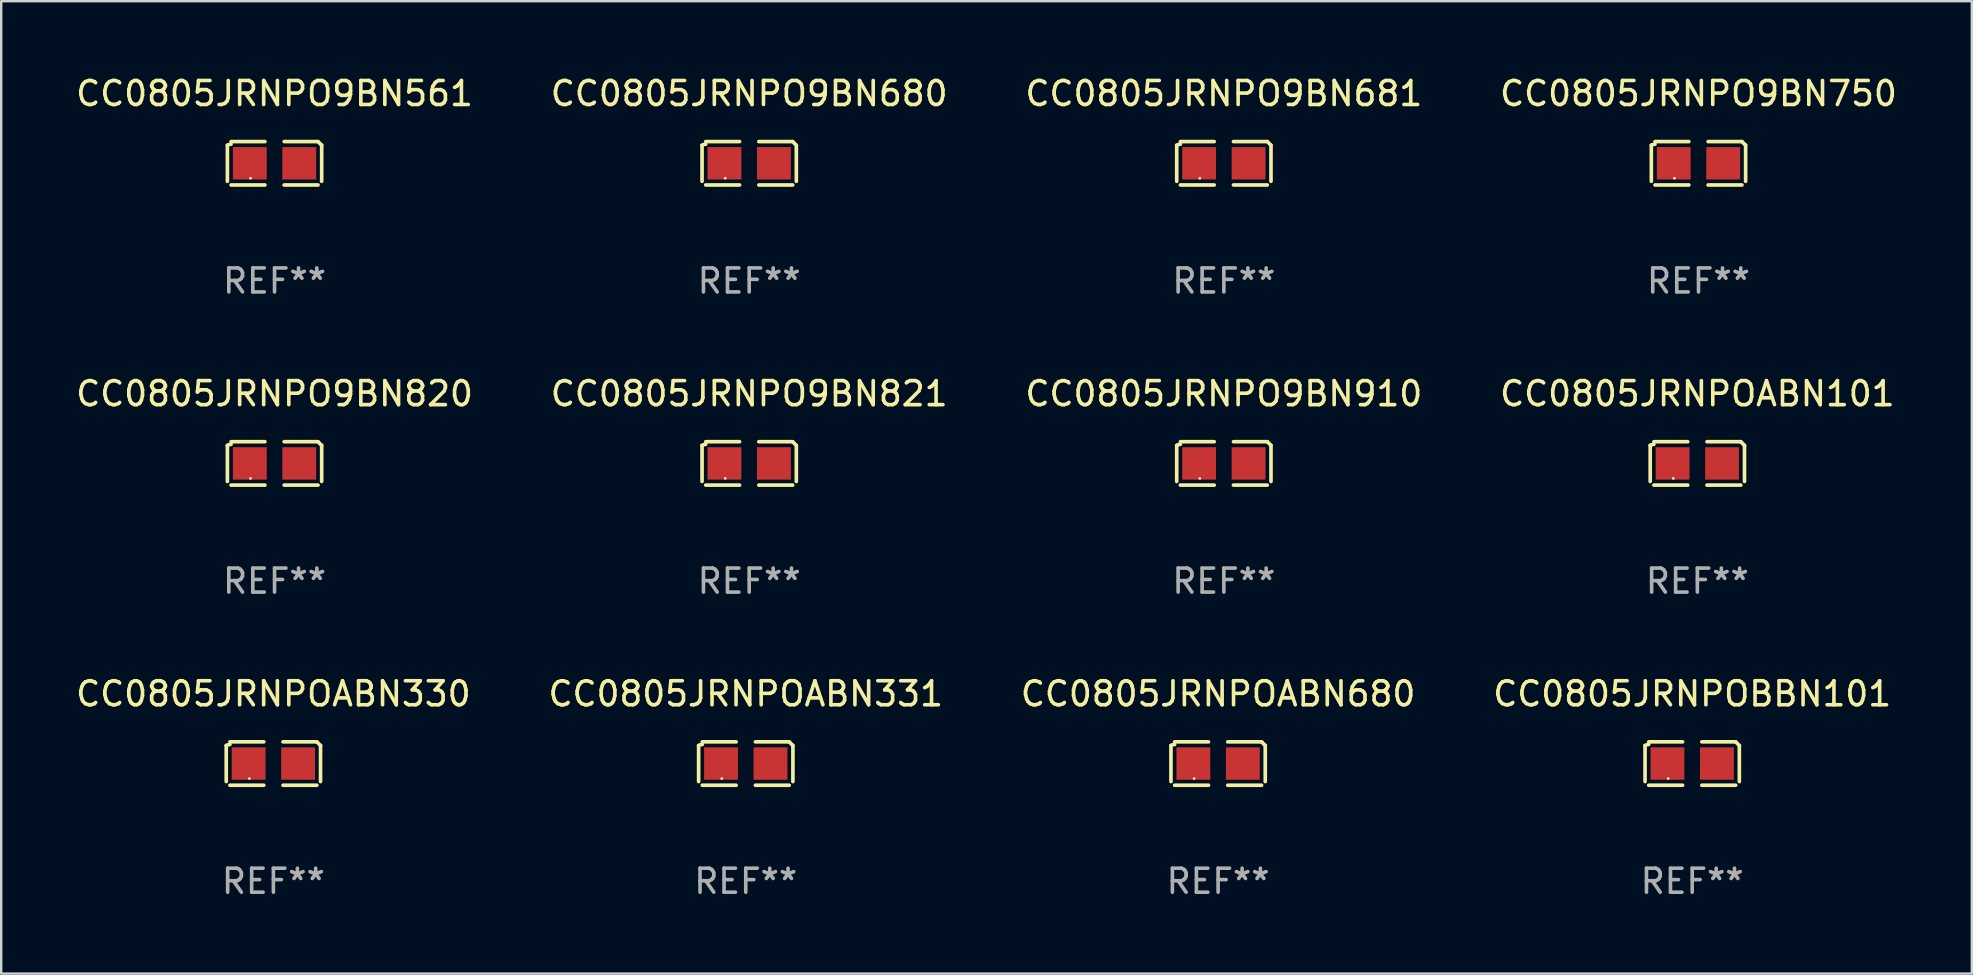
<source format=kicad_pcb>
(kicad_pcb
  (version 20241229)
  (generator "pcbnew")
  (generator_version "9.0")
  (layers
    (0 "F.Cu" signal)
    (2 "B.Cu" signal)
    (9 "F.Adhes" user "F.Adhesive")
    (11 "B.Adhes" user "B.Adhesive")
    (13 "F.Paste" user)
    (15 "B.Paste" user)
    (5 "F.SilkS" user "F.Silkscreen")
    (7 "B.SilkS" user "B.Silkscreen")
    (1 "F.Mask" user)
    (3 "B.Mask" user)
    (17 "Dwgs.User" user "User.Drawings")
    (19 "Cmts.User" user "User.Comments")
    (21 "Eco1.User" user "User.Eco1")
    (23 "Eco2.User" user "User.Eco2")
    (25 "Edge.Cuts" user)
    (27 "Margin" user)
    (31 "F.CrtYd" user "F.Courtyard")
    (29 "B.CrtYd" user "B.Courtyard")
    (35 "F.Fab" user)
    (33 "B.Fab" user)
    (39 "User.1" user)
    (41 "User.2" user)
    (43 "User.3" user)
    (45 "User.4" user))
  (footprint "CC0805JRNPO9BN680"
    (layer "F.Cu")
    (at 28.161 3.752)
    (property "Reference" "CC0805JRNPO9BN680" (at 0 -2.904 0) (layer "F.SilkS") (effects (font (size 1 1) (thickness 0.15))))
    (attr through_hole)
    (fp_line (start -1.964 0.751) (end -1.964 -0.751) (stroke (width 0.152) (type solid)) (layer "F.SilkS"))
    (fp_line (start -1.811 -0.904) (end -0.401 -0.904) (stroke (width 0.152) (type solid)) (layer "F.SilkS"))
    (fp_line (start -0.401 0.904) (end -1.811 0.904) (stroke (width 0.152) (type solid)) (layer "F.SilkS"))
    (fp_line (start 0.401 0.904) (end 1.811 0.904) (stroke (width 0.152) (type solid)) (layer "F.SilkS"))
    (fp_line (start 1.811 -0.904) (end 0.401 -0.904) (stroke (width 0.152) (type solid)) (layer "F.SilkS"))
    (fp_line (start 1.964 0.751) (end 1.964 -0.751) (stroke (width 0.152) (type solid)) (layer "F.SilkS"))
    (fp_arc (start -1.963602 -0.751207) (mid -1.890354 -0.783131) (end -1.811201 -0.794044) (stroke (width 0.1524) (type solid)) (layer "F.SilkS"))
    (fp_arc (start 1.811202 -0.903607) (mid 1.887413 -0.827418) (end 1.963602 -0.751207) (stroke (width 0.1524) (type solid)) (layer "F.SilkS"))
    (fp_circle (center -1 0.625) (end -0.97 0.625) (stroke (width 0.06) (type solid)) (fill no) (layer "F.SilkS"))
    (fp_text user "REF**" (at 0 4.904 0) (layer "F.Fab") (effects (font (size 1 1) (thickness 0.15))))
    (pad "1" smd rect (at -1.03 0) (size 1.41 1.35) (layers "F.Cu" "F.Mask" "F.Paste"))
    (pad "2" smd rect (at 1.03 0) (size 1.41 1.35) (layers "F.Cu" "F.Mask" "F.Paste")))
  (footprint "CC0805JRNPOABN680"
    (layer "F.Cu")
    (at 47.696 28.759)
    (property "Reference" "CC0805JRNPOABN680" (at 0 -2.904 0) (layer "F.SilkS") (effects (font (size 1 1) (thickness 0.15))))
    (attr through_hole)
    (fp_line (start -1.964 0.751) (end -1.964 -0.751) (stroke (width 0.152) (type solid)) (layer "F.SilkS"))
    (fp_line (start -1.811 -0.904) (end -0.401 -0.904) (stroke (width 0.152) (type solid)) (layer "F.SilkS"))
    (fp_line (start -0.401 0.904) (end -1.811 0.904) (stroke (width 0.152) (type solid)) (layer "F.SilkS"))
    (fp_line (start 0.401 0.904) (end 1.811 0.904) (stroke (width 0.152) (type solid)) (layer "F.SilkS"))
    (fp_line (start 1.811 -0.904) (end 0.401 -0.904) (stroke (width 0.152) (type solid)) (layer "F.SilkS"))
    (fp_line (start 1.964 0.751) (end 1.964 -0.751) (stroke (width 0.152) (type solid)) (layer "F.SilkS"))
    (fp_arc (start -1.963602 -0.751207) (mid -1.890354 -0.783131) (end -1.811201 -0.794044) (stroke (width 0.1524) (type solid)) (layer "F.SilkS"))
    (fp_arc (start 1.811202 -0.903607) (mid 1.887413 -0.827418) (end 1.963602 -0.751207) (stroke (width 0.1524) (type solid)) (layer "F.SilkS"))
    (fp_circle (center -1 0.625) (end -0.97 0.625) (stroke (width 0.06) (type solid)) (fill no) (layer "F.SilkS"))
    (fp_text user "REF**" (at 0 4.904 0) (layer "F.Fab") (effects (font (size 1 1) (thickness 0.15))))
    (pad "1" smd rect (at -1.03 0) (size 1.41 1.35) (layers "F.Cu" "F.Mask" "F.Paste"))
    (pad "2" smd rect (at 1.03 0) (size 1.41 1.35) (layers "F.Cu" "F.Mask" "F.Paste")))
  (footprint "CC0805JRNPOABN101"
    (layer "F.Cu")
    (at 67.661 16.256)
    (property "Reference" "CC0805JRNPOABN101" (at 0 -2.904 0) (layer "F.SilkS") (effects (font (size 1 1) (thickness 0.15))))
    (attr through_hole)
    (fp_line (start -1.964 0.751) (end -1.964 -0.751) (stroke (width 0.152) (type solid)) (layer "F.SilkS"))
    (fp_line (start -1.811 -0.904) (end -0.401 -0.904) (stroke (width 0.152) (type solid)) (layer "F.SilkS"))
    (fp_line (start -0.401 0.904) (end -1.811 0.904) (stroke (width 0.152) (type solid)) (layer "F.SilkS"))
    (fp_line (start 0.401 0.904) (end 1.811 0.904) (stroke (width 0.152) (type solid)) (layer "F.SilkS"))
    (fp_line (start 1.811 -0.904) (end 0.401 -0.904) (stroke (width 0.152) (type solid)) (layer "F.SilkS"))
    (fp_line (start 1.964 0.751) (end 1.964 -0.751) (stroke (width 0.152) (type solid)) (layer "F.SilkS"))
    (fp_arc (start -1.963602 -0.751207) (mid -1.890354 -0.783131) (end -1.811201 -0.794044) (stroke (width 0.1524) (type solid)) (layer "F.SilkS"))
    (fp_arc (start 1.811202 -0.903607) (mid 1.887413 -0.827418) (end 1.963602 -0.751207) (stroke (width 0.1524) (type solid)) (layer "F.SilkS"))
    (fp_circle (center -1 0.625) (end -0.97 0.625) (stroke (width 0.06) (type solid)) (fill no) (layer "F.SilkS"))
    (fp_text user "REF**" (at 0 4.904 0) (layer "F.Fab") (effects (font (size 1 1) (thickness 0.15))))
    (pad "1" smd rect (at -1.03 0) (size 1.41 1.35) (layers "F.Cu" "F.Mask" "F.Paste"))
    (pad "2" smd rect (at 1.03 0) (size 1.41 1.35) (layers "F.Cu" "F.Mask" "F.Paste")))
  (footprint "CC0805JRNPO9BN750"
    (layer "F.Cu")
    (at 67.708 3.752)
    (property "Reference" "CC0805JRNPO9BN750" (at 0 -2.904 0) (layer "F.SilkS") (effects (font (size 1 1) (thickness 0.15))))
    (attr through_hole)
    (fp_line (start -1.964 0.751) (end -1.964 -0.751) (stroke (width 0.152) (type solid)) (layer "F.SilkS"))
    (fp_line (start -1.811 -0.904) (end -0.401 -0.904) (stroke (width 0.152) (type solid)) (layer "F.SilkS"))
    (fp_line (start -0.401 0.904) (end -1.811 0.904) (stroke (width 0.152) (type solid)) (layer "F.SilkS"))
    (fp_line (start 0.401 0.904) (end 1.811 0.904) (stroke (width 0.152) (type solid)) (layer "F.SilkS"))
    (fp_line (start 1.811 -0.904) (end 0.401 -0.904) (stroke (width 0.152) (type solid)) (layer "F.SilkS"))
    (fp_line (start 1.964 0.751) (end 1.964 -0.751) (stroke (width 0.152) (type solid)) (layer "F.SilkS"))
    (fp_arc (start -1.963602 -0.751207) (mid -1.890354 -0.783131) (end -1.811201 -0.794044) (stroke (width 0.1524) (type solid)) (layer "F.SilkS"))
    (fp_arc (start 1.811202 -0.903607) (mid 1.887413 -0.827418) (end 1.963602 -0.751207) (stroke (width 0.1524) (type solid)) (layer "F.SilkS"))
    (fp_circle (center -1 0.625) (end -0.97 0.625) (stroke (width 0.06) (type solid)) (fill no) (layer "F.SilkS"))
    (fp_text user "REF**" (at 0 4.904 0) (layer "F.Fab") (effects (font (size 1 1) (thickness 0.15))))
    (pad "1" smd rect (at -1.03 0) (size 1.41 1.35) (layers "F.Cu" "F.Mask" "F.Paste"))
    (pad "2" smd rect (at 1.03 0) (size 1.41 1.35) (layers "F.Cu" "F.Mask" "F.Paste")))
  (footprint "CC0805JRNPO9BN820"
    (layer "F.Cu")
    (at 8.387 16.256)
    (property "Reference" "CC0805JRNPO9BN820" (at 0 -2.904 0) (layer "F.SilkS") (effects (font (size 1 1) (thickness 0.15))))
    (attr through_hole)
    (fp_line (start -1.964 0.751) (end -1.964 -0.751) (stroke (width 0.152) (type solid)) (layer "F.SilkS"))
    (fp_line (start -1.811 -0.904) (end -0.401 -0.904) (stroke (width 0.152) (type solid)) (layer "F.SilkS"))
    (fp_line (start -0.401 0.904) (end -1.811 0.904) (stroke (width 0.152) (type solid)) (layer "F.SilkS"))
    (fp_line (start 0.401 0.904) (end 1.811 0.904) (stroke (width 0.152) (type solid)) (layer "F.SilkS"))
    (fp_line (start 1.811 -0.904) (end 0.401 -0.904) (stroke (width 0.152) (type solid)) (layer "F.SilkS"))
    (fp_line (start 1.964 0.751) (end 1.964 -0.751) (stroke (width 0.152) (type solid)) (layer "F.SilkS"))
    (fp_arc (start -1.963602 -0.751207) (mid -1.890354 -0.783131) (end -1.811201 -0.794044) (stroke (width 0.1524) (type solid)) (layer "F.SilkS"))
    (fp_arc (start 1.811202 -0.903607) (mid 1.887413 -0.827418) (end 1.963602 -0.751207) (stroke (width 0.1524) (type solid)) (layer "F.SilkS"))
    (fp_circle (center -1 0.625) (end -0.97 0.625) (stroke (width 0.06) (type solid)) (fill no) (layer "F.SilkS"))
    (fp_text user "REF**" (at 0 4.904 0) (layer "F.Fab") (effects (font (size 1 1) (thickness 0.15))))
    (pad "1" smd rect (at -1.03 0) (size 1.41 1.35) (layers "F.Cu" "F.Mask" "F.Paste"))
    (pad "2" smd rect (at 1.03 0) (size 1.41 1.35) (layers "F.Cu" "F.Mask" "F.Paste")))
  (footprint "CC0805JRNPO9BN681"
    (layer "F.Cu")
    (at 47.935 3.752)
    (property "Reference" "CC0805JRNPO9BN681" (at 0 -2.904 0) (layer "F.SilkS") (effects (font (size 1 1) (thickness 0.15))))
    (attr through_hole)
    (fp_line (start -1.964 0.751) (end -1.964 -0.751) (stroke (width 0.152) (type solid)) (layer "F.SilkS"))
    (fp_line (start -1.811 -0.904) (end -0.401 -0.904) (stroke (width 0.152) (type solid)) (layer "F.SilkS"))
    (fp_line (start -0.401 0.904) (end -1.811 0.904) (stroke (width 0.152) (type solid)) (layer "F.SilkS"))
    (fp_line (start 0.401 0.904) (end 1.811 0.904) (stroke (width 0.152) (type solid)) (layer "F.SilkS"))
    (fp_line (start 1.811 -0.904) (end 0.401 -0.904) (stroke (width 0.152) (type solid)) (layer "F.SilkS"))
    (fp_line (start 1.964 0.751) (end 1.964 -0.751) (stroke (width 0.152) (type solid)) (layer "F.SilkS"))
    (fp_arc (start -1.963602 -0.751207) (mid -1.890354 -0.783131) (end -1.811201 -0.794044) (stroke (width 0.1524) (type solid)) (layer "F.SilkS"))
    (fp_arc (start 1.811202 -0.903607) (mid 1.887413 -0.827418) (end 1.963602 -0.751207) (stroke (width 0.1524) (type solid)) (layer "F.SilkS"))
    (fp_circle (center -1 0.625) (end -0.97 0.625) (stroke (width 0.06) (type solid)) (fill no) (layer "F.SilkS"))
    (fp_text user "REF**" (at 0 4.904 0) (layer "F.Fab") (effects (font (size 1 1) (thickness 0.15))))
    (pad "1" smd rect (at -1.03 0) (size 1.41 1.35) (layers "F.Cu" "F.Mask" "F.Paste"))
    (pad "2" smd rect (at 1.03 0) (size 1.41 1.35) (layers "F.Cu" "F.Mask" "F.Paste")))
  (footprint "CC0805JRNPOABN330"
    (layer "F.Cu")
    (at 8.339 28.759)
    (property "Reference" "CC0805JRNPOABN330" (at 0 -2.904 0) (layer "F.SilkS") (effects (font (size 1 1) (thickness 0.15))))
    (attr through_hole)
    (fp_line (start -1.964 0.751) (end -1.964 -0.751) (stroke (width 0.152) (type solid)) (layer "F.SilkS"))
    (fp_line (start -1.811 -0.904) (end -0.401 -0.904) (stroke (width 0.152) (type solid)) (layer "F.SilkS"))
    (fp_line (start -0.401 0.904) (end -1.811 0.904) (stroke (width 0.152) (type solid)) (layer "F.SilkS"))
    (fp_line (start 0.401 0.904) (end 1.811 0.904) (stroke (width 0.152) (type solid)) (layer "F.SilkS"))
    (fp_line (start 1.811 -0.904) (end 0.401 -0.904) (stroke (width 0.152) (type solid)) (layer "F.SilkS"))
    (fp_line (start 1.964 0.751) (end 1.964 -0.751) (stroke (width 0.152) (type solid)) (layer "F.SilkS"))
    (fp_arc (start -1.963602 -0.751207) (mid -1.890354 -0.783131) (end -1.811201 -0.794044) (stroke (width 0.1524) (type solid)) (layer "F.SilkS"))
    (fp_arc (start 1.811202 -0.903607) (mid 1.887413 -0.827418) (end 1.963602 -0.751207) (stroke (width 0.1524) (type solid)) (layer "F.SilkS"))
    (fp_circle (center -1 0.625) (end -0.97 0.625) (stroke (width 0.06) (type solid)) (fill no) (layer "F.SilkS"))
    (fp_text user "REF**" (at 0 4.904 0) (layer "F.Fab") (effects (font (size 1 1) (thickness 0.15))))
    (pad "1" smd rect (at -1.03 0) (size 1.41 1.35) (layers "F.Cu" "F.Mask" "F.Paste"))
    (pad "2" smd rect (at 1.03 0) (size 1.41 1.35) (layers "F.Cu" "F.Mask" "F.Paste")))
  (footprint "CC0805JRNPO9BN910"
    (layer "F.Cu")
    (at 47.935 16.256)
    (property "Reference" "CC0805JRNPO9BN910" (at 0 -2.904 0) (layer "F.SilkS") (effects (font (size 1 1) (thickness 0.15))))
    (attr through_hole)
    (fp_line (start -1.964 0.751) (end -1.964 -0.751) (stroke (width 0.152) (type solid)) (layer "F.SilkS"))
    (fp_line (start -1.811 -0.904) (end -0.401 -0.904) (stroke (width 0.152) (type solid)) (layer "F.SilkS"))
    (fp_line (start -0.401 0.904) (end -1.811 0.904) (stroke (width 0.152) (type solid)) (layer "F.SilkS"))
    (fp_line (start 0.401 0.904) (end 1.811 0.904) (stroke (width 0.152) (type solid)) (layer "F.SilkS"))
    (fp_line (start 1.811 -0.904) (end 0.401 -0.904) (stroke (width 0.152) (type solid)) (layer "F.SilkS"))
    (fp_line (start 1.964 0.751) (end 1.964 -0.751) (stroke (width 0.152) (type solid)) (layer "F.SilkS"))
    (fp_arc (start -1.963602 -0.751207) (mid -1.890354 -0.783131) (end -1.811201 -0.794044) (stroke (width 0.1524) (type solid)) (layer "F.SilkS"))
    (fp_arc (start 1.811202 -0.903607) (mid 1.887413 -0.827418) (end 1.963602 -0.751207) (stroke (width 0.1524) (type solid)) (layer "F.SilkS"))
    (fp_circle (center -1 0.625) (end -0.97 0.625) (stroke (width 0.06) (type solid)) (fill no) (layer "F.SilkS"))
    (fp_text user "REF**" (at 0 4.904 0) (layer "F.Fab") (effects (font (size 1 1) (thickness 0.15))))
    (pad "1" smd rect (at -1.03 0) (size 1.41 1.35) (layers "F.Cu" "F.Mask" "F.Paste"))
    (pad "2" smd rect (at 1.03 0) (size 1.41 1.35) (layers "F.Cu" "F.Mask" "F.Paste")))
  (footprint "CC0805JRNPOBBN101"
    (layer "F.Cu")
    (at 67.446 28.759)
    (property "Reference" "CC0805JRNPOBBN101" (at 0 -2.904 0) (layer "F.SilkS") (effects (font (size 1 1) (thickness 0.15))))
    (attr through_hole)
    (fp_line (start -1.964 0.751) (end -1.964 -0.751) (stroke (width 0.152) (type solid)) (layer "F.SilkS"))
    (fp_line (start -1.811 -0.904) (end -0.401 -0.904) (stroke (width 0.152) (type solid)) (layer "F.SilkS"))
    (fp_line (start -0.401 0.904) (end -1.811 0.904) (stroke (width 0.152) (type solid)) (layer "F.SilkS"))
    (fp_line (start 0.401 0.904) (end 1.811 0.904) (stroke (width 0.152) (type solid)) (layer "F.SilkS"))
    (fp_line (start 1.811 -0.904) (end 0.401 -0.904) (stroke (width 0.152) (type solid)) (layer "F.SilkS"))
    (fp_line (start 1.964 0.751) (end 1.964 -0.751) (stroke (width 0.152) (type solid)) (layer "F.SilkS"))
    (fp_arc (start -1.963602 -0.751207) (mid -1.890354 -0.783131) (end -1.811201 -0.794044) (stroke (width 0.1524) (type solid)) (layer "F.SilkS"))
    (fp_arc (start 1.811202 -0.903607) (mid 1.887413 -0.827418) (end 1.963602 -0.751207) (stroke (width 0.1524) (type solid)) (layer "F.SilkS"))
    (fp_circle (center -1 0.625) (end -0.97 0.625) (stroke (width 0.06) (type solid)) (fill no) (layer "F.SilkS"))
    (fp_text user "REF**" (at 0 4.904 0) (layer "F.Fab") (effects (font (size 1 1) (thickness 0.15))))
    (pad "1" smd rect (at -1.03 0) (size 1.41 1.35) (layers "F.Cu" "F.Mask" "F.Paste"))
    (pad "2" smd rect (at 1.03 0) (size 1.41 1.35) (layers "F.Cu" "F.Mask" "F.Paste")))
  (footprint "CC0805JRNPO9BN821"
    (layer "F.Cu")
    (at 28.161 16.256)
    (property "Reference" "CC0805JRNPO9BN821" (at 0 -2.904 0) (layer "F.SilkS") (effects (font (size 1 1) (thickness 0.15))))
    (attr through_hole)
    (fp_line (start -1.964 0.751) (end -1.964 -0.751) (stroke (width 0.152) (type solid)) (layer "F.SilkS"))
    (fp_line (start -1.811 -0.904) (end -0.401 -0.904) (stroke (width 0.152) (type solid)) (layer "F.SilkS"))
    (fp_line (start -0.401 0.904) (end -1.811 0.904) (stroke (width 0.152) (type solid)) (layer "F.SilkS"))
    (fp_line (start 0.401 0.904) (end 1.811 0.904) (stroke (width 0.152) (type solid)) (layer "F.SilkS"))
    (fp_line (start 1.811 -0.904) (end 0.401 -0.904) (stroke (width 0.152) (type solid)) (layer "F.SilkS"))
    (fp_line (start 1.964 0.751) (end 1.964 -0.751) (stroke (width 0.152) (type solid)) (layer "F.SilkS"))
    (fp_arc (start -1.963602 -0.751207) (mid -1.890354 -0.783131) (end -1.811201 -0.794044) (stroke (width 0.1524) (type solid)) (layer "F.SilkS"))
    (fp_arc (start 1.811202 -0.903607) (mid 1.887413 -0.827418) (end 1.963602 -0.751207) (stroke (width 0.1524) (type solid)) (layer "F.SilkS"))
    (fp_circle (center -1 0.625) (end -0.97 0.625) (stroke (width 0.06) (type solid)) (fill no) (layer "F.SilkS"))
    (fp_text user "REF**" (at 0 4.904 0) (layer "F.Fab") (effects (font (size 1 1) (thickness 0.15))))
    (pad "1" smd rect (at -1.03 0) (size 1.41 1.35) (layers "F.Cu" "F.Mask" "F.Paste"))
    (pad "2" smd rect (at 1.03 0) (size 1.41 1.35) (layers "F.Cu" "F.Mask" "F.Paste")))
  (footprint "CC0805JRNPO9BN561"
    (layer "F.Cu")
    (at 8.387 3.752)
    (property "Reference" "CC0805JRNPO9BN561" (at 0 -2.904 0) (layer "F.SilkS") (effects (font (size 1 1) (thickness 0.15))))
    (attr through_hole)
    (fp_line (start -1.964 0.751) (end -1.964 -0.751) (stroke (width 0.152) (type solid)) (layer "F.SilkS"))
    (fp_line (start -1.811 -0.904) (end -0.401 -0.904) (stroke (width 0.152) (type solid)) (layer "F.SilkS"))
    (fp_line (start -0.401 0.904) (end -1.811 0.904) (stroke (width 0.152) (type solid)) (layer "F.SilkS"))
    (fp_line (start 0.401 0.904) (end 1.811 0.904) (stroke (width 0.152) (type solid)) (layer "F.SilkS"))
    (fp_line (start 1.811 -0.904) (end 0.401 -0.904) (stroke (width 0.152) (type solid)) (layer "F.SilkS"))
    (fp_line (start 1.964 0.751) (end 1.964 -0.751) (stroke (width 0.152) (type solid)) (layer "F.SilkS"))
    (fp_arc (start -1.963602 -0.751207) (mid -1.890354 -0.783131) (end -1.811201 -0.794044) (stroke (width 0.1524) (type solid)) (layer "F.SilkS"))
    (fp_arc (start 1.811202 -0.903607) (mid 1.887413 -0.827418) (end 1.963602 -0.751207) (stroke (width 0.1524) (type solid)) (layer "F.SilkS"))
    (fp_circle (center -1 0.625) (end -0.97 0.625) (stroke (width 0.06) (type solid)) (fill no) (layer "F.SilkS"))
    (fp_text user "REF**" (at 0 4.904 0) (layer "F.Fab") (effects (font (size 1 1) (thickness 0.15))))
    (pad "1" smd rect (at -1.03 0) (size 1.41 1.35) (layers "F.Cu" "F.Mask" "F.Paste"))
    (pad "2" smd rect (at 1.03 0) (size 1.41 1.35) (layers "F.Cu" "F.Mask" "F.Paste")))
  (footprint "CC0805JRNPOABN331"
    (layer "F.Cu")
    (at 28.018 28.759)
    (property "Reference" "CC0805JRNPOABN331" (at 0 -2.904 0) (layer "F.SilkS") (effects (font (size 1 1) (thickness 0.15))))
    (attr through_hole)
    (fp_line (start -1.964 0.751) (end -1.964 -0.751) (stroke (width 0.152) (type solid)) (layer "F.SilkS"))
    (fp_line (start -1.811 -0.904) (end -0.401 -0.904) (stroke (width 0.152) (type solid)) (layer "F.SilkS"))
    (fp_line (start -0.401 0.904) (end -1.811 0.904) (stroke (width 0.152) (type solid)) (layer "F.SilkS"))
    (fp_line (start 0.401 0.904) (end 1.811 0.904) (stroke (width 0.152) (type solid)) (layer "F.SilkS"))
    (fp_line (start 1.811 -0.904) (end 0.401 -0.904) (stroke (width 0.152) (type solid)) (layer "F.SilkS"))
    (fp_line (start 1.964 0.751) (end 1.964 -0.751) (stroke (width 0.152) (type solid)) (layer "F.SilkS"))
    (fp_arc (start -1.963602 -0.751207) (mid -1.890354 -0.783131) (end -1.811201 -0.794044) (stroke (width 0.1524) (type solid)) (layer "F.SilkS"))
    (fp_arc (start 1.811202 -0.903607) (mid 1.887413 -0.827418) (end 1.963602 -0.751207) (stroke (width 0.1524) (type solid)) (layer "F.SilkS"))
    (fp_circle (center -1 0.625) (end -0.97 0.625) (stroke (width 0.06) (type solid)) (fill no) (layer "F.SilkS"))
    (fp_text user "REF**" (at 0 4.904 0) (layer "F.Fab") (effects (font (size 1 1) (thickness 0.15))))
    (pad "1" smd rect (at -1.03 0) (size 1.41 1.35) (layers "F.Cu" "F.Mask" "F.Paste"))
    (pad "2" smd rect (at 1.03 0) (size 1.41 1.35) (layers "F.Cu" "F.Mask" "F.Paste")))
  (gr_rect
    (start -3 -3)
    (end 79.095 37.511)
    (stroke (width 0.1) (type default))
    (fill no)
    (layer "Edge.Cuts")))
</source>
